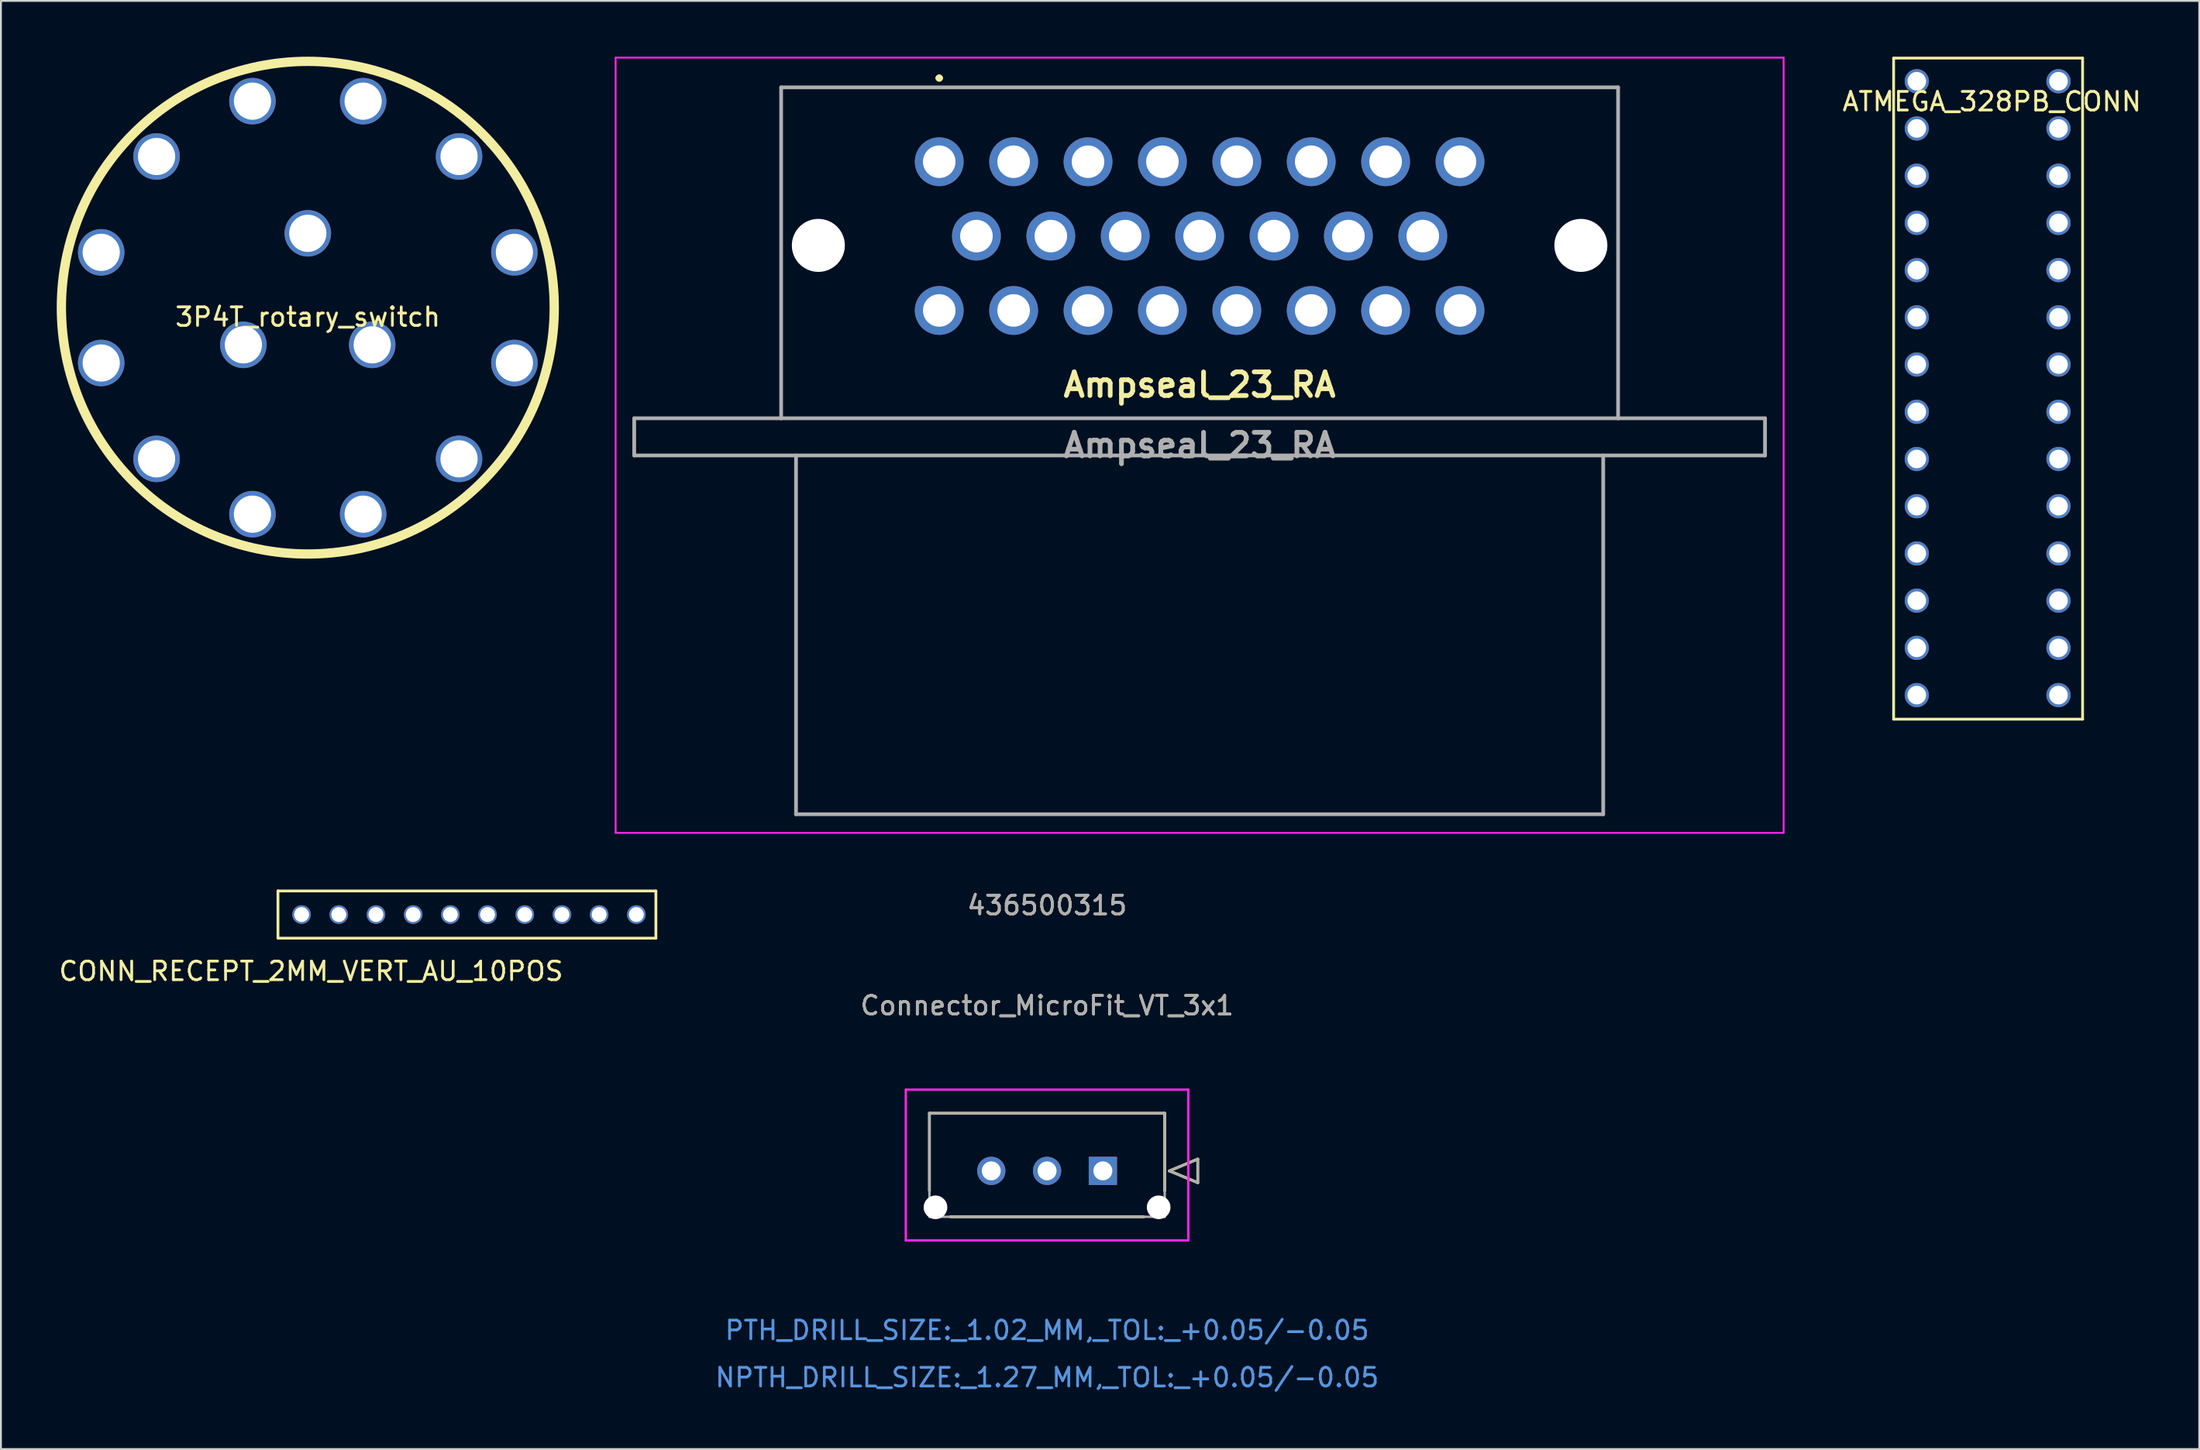
<source format=kicad_pcb>
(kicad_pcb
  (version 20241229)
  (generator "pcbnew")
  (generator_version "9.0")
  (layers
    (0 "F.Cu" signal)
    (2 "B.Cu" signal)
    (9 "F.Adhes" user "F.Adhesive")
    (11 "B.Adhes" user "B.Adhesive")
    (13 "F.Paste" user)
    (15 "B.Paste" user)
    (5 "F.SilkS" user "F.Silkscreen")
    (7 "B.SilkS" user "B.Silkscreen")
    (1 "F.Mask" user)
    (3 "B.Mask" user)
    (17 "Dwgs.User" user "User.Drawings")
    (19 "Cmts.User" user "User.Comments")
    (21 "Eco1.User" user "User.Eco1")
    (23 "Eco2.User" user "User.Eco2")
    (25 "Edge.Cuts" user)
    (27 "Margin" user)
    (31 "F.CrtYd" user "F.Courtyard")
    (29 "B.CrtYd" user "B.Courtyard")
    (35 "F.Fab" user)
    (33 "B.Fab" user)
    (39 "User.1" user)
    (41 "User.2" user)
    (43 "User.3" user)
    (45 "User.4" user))
  (footprint "ATMEGA_328PB_CONN"
    (layer "F.Cu")
    (at 100.01 1.32)
    (property "Reference" "ATMEGA_328PB_CONN" (at 4.039 1.092 0) (layer "F.SilkS") (effects (font (size 1 1) (thickness 0.15))))
    (attr through_hole)
    (fp_line (start -1.245 -1.245) (end -1.245 34.315) (stroke (width 0.15) (type solid)) (layer "F.SilkS"))
    (fp_line (start -1.245 -1.245) (end 8.915 -1.245) (stroke (width 0.15) (type solid)) (layer "F.SilkS"))
    (fp_line (start -1.245 34.315) (end 8.915 34.315) (stroke (width 0.15) (type solid)) (layer "F.SilkS"))
    (fp_line (start 8.915 -1.245) (end 8.915 34.315) (stroke (width 0.15) (type solid)) (layer "F.SilkS"))
    (pad "1" thru_hole circle (at 0 0) (size 1.3 1.3) (drill 1) (layers "*.Cu" "*.Mask"))
    (pad "2" thru_hole circle (at 0 2.54) (size 1.3 1.3) (drill 1) (layers "*.Cu" "*.Mask"))
    (pad "3" thru_hole circle (at 0 5.08) (size 1.3 1.3) (drill 1) (layers "*.Cu" "*.Mask"))
    (pad "4" thru_hole circle (at 0 7.62) (size 1.3 1.3) (drill 1) (layers "*.Cu" "*.Mask"))
    (pad "5" thru_hole circle (at 0 10.16) (size 1.3 1.3) (drill 1) (layers "*.Cu" "*.Mask"))
    (pad "6" thru_hole circle (at 0 12.7) (size 1.3 1.3) (drill 1) (layers "*.Cu" "*.Mask"))
    (pad "7" thru_hole circle (at 0 15.24) (size 1.3 1.3) (drill 1) (layers "*.Cu" "*.Mask"))
    (pad "8" thru_hole circle (at 0 17.78) (size 1.3 1.3) (drill 1) (layers "*.Cu" "*.Mask"))
    (pad "9" thru_hole circle (at 0 20.32) (size 1.3 1.3) (drill 1) (layers "*.Cu" "*.Mask"))
    (pad "10" thru_hole circle (at 0 22.86) (size 1.3 1.3) (drill 1) (layers "*.Cu" "*.Mask"))
    (pad "11" thru_hole circle (at 0 25.4) (size 1.3 1.3) (drill 1) (layers "*.Cu" "*.Mask"))
    (pad "12" thru_hole circle (at 0 27.94) (size 1.3 1.3) (drill 1) (layers "*.Cu" "*.Mask"))
    (pad "13" thru_hole circle (at 0 30.48) (size 1.3 1.3) (drill 1) (layers "*.Cu" "*.Mask"))
    (pad "14" thru_hole circle (at 0 33.02) (size 1.3 1.3) (drill 1) (layers "*.Cu" "*.Mask"))
    (pad "15" thru_hole circle (at 7.62 33.02) (size 1.3 1.3) (drill 1) (layers "*.Cu" "*.Mask"))
    (pad "16" thru_hole circle (at 7.62 30.48) (size 1.3 1.3) (drill 1) (layers "*.Cu" "*.Mask"))
    (pad "17" thru_hole circle (at 7.62 27.94) (size 1.3 1.3) (drill 1) (layers "*.Cu" "*.Mask"))
    (pad "18" thru_hole circle (at 7.62 25.4) (size 1.3 1.3) (drill 1) (layers "*.Cu" "*.Mask"))
    (pad "19" thru_hole circle (at 7.62 22.86) (size 1.3 1.3) (drill 1) (layers "*.Cu" "*.Mask"))
    (pad "20" thru_hole circle (at 7.62 20.32) (size 1.3 1.3) (drill 1) (layers "*.Cu" "*.Mask"))
    (pad "21" thru_hole circle (at 7.62 17.78) (size 1.3 1.3) (drill 1) (layers "*.Cu" "*.Mask"))
    (pad "22" thru_hole circle (at 7.62 15.24) (size 1.3 1.3) (drill 1) (layers "*.Cu" "*.Mask"))
    (pad "23" thru_hole circle (at 7.62 12.7) (size 1.3 1.3) (drill 1) (layers "*.Cu" "*.Mask"))
    (pad "24" thru_hole circle (at 7.62 10.16) (size 1.3 1.3) (drill 1) (layers "*.Cu" "*.Mask"))
    (pad "25" thru_hole circle (at 7.62 7.62) (size 1.3 1.3) (drill 1) (layers "*.Cu" "*.Mask"))
    (pad "26" thru_hole circle (at 7.62 5.08) (size 1.3 1.3) (drill 1) (layers "*.Cu" "*.Mask"))
    (pad "27" thru_hole circle (at 7.62 2.54) (size 1.3 1.3) (drill 1) (layers "*.Cu" "*.Mask"))
    (pad "28" thru_hole circle (at 7.62 0) (size 1.3 1.3) (drill 1) (layers "*.Cu" "*.Mask")))
  (footprint "Connector_MicroFit_VT_3x1"
    (layer "F.Cu")
    (at 56.248 59.933)
    (property "Reference" "Connector_MicroFit_VT_3x1" (at -3 -8.89 0) (unlocked yes) (layer "F.SilkS") (effects (font (size 1 1) (thickness 0.15))))
    (attr through_hole)
    (fp_line (start -9.325 -3.1) (end -9.325 1.065) (stroke (width 0.152) (type solid)) (layer "F.SilkS"))
    (fp_line (start -8.196 2.47) (end 2.196 2.47) (stroke (width 0.152) (type solid)) (layer "F.SilkS"))
    (fp_line (start 3.325 -3.1) (end -9.325 -3.1) (stroke (width 0.152) (type solid)) (layer "F.SilkS"))
    (fp_line (start 3.325 1.065) (end 3.325 -3.1) (stroke (width 0.152) (type solid)) (layer "F.SilkS"))
    (fp_line (start 3.579 0) (end 5.103 -0.635) (stroke (width 0.152) (type solid)) (layer "F.SilkS"))
    (fp_line (start 5.103 -0.635) (end 5.103 0.635) (stroke (width 0.152) (type solid)) (layer "F.SilkS"))
    (fp_line (start 5.103 0.635) (end 3.579 0) (stroke (width 0.152) (type solid)) (layer "F.SilkS"))
    (fp_line (start -10.595 -4.37) (end -10.595 3.74) (stroke (width 0.127) (type solid)) (layer "F.CrtYd"))
    (fp_line (start -10.595 3.74) (end 4.595 3.74) (stroke (width 0.127) (type solid)) (layer "F.CrtYd"))
    (fp_line (start 4.595 -4.37) (end -10.595 -4.37) (stroke (width 0.127) (type solid)) (layer "F.CrtYd"))
    (fp_line (start 4.595 3.74) (end 4.595 -4.37) (stroke (width 0.127) (type solid)) (layer "F.CrtYd"))
    (fp_line (start -9.325 -3.1) (end -9.325 2.47) (stroke (width 0.127) (type solid)) (layer "F.Fab"))
    (fp_line (start -9.325 2.47) (end 3.325 2.47) (stroke (width 0.127) (type solid)) (layer "F.Fab"))
    (fp_line (start 3.325 -3.1) (end -9.325 -3.1) (stroke (width 0.127) (type solid)) (layer "F.Fab"))
    (fp_line (start 3.325 2.47) (end 3.325 -3.1) (stroke (width 0.127) (type solid)) (layer "F.Fab"))
    (fp_line (start 3.579 0) (end 5.103 -0.635) (stroke (width 0.127) (type solid)) (layer "F.Fab"))
    (fp_line (start 5.103 -0.635) (end 5.103 0.635) (stroke (width 0.127) (type solid)) (layer "F.Fab"))
    (fp_line (start 5.103 0.635) (end 3.579 0) (stroke (width 0.127) (type solid)) (layer "F.Fab"))
    (fp_text user "436500315" (at -3 -14.285 0) (unlocked yes) (layer "F.SilkS") (effects (font (size 1 1) (thickness 0.15))))
    (fp_text user "NPTH_DRILL_SIZE:_1.27_MM,_TOL:_+0.05/-0.05" (at -3 11.115 0) (unlocked yes) (layer "Cmts.User") (effects (font (size 1 1) (thickness 0.15))))
    (fp_text user "PTH_DRILL_SIZE:_1.02_MM,_TOL:_+0.05/-0.05" (at -3 8.575 0) (unlocked yes) (layer "Cmts.User") (effects (font (size 1 1) (thickness 0.15))))
    (fp_text user "436500315" (at -3 -14.285 0) (unlocked yes) (layer "F.Fab") (effects (font (size 1 1) (thickness 0.15))))
    (fp_text user "${REFERENCE}" (at -3 -8.89 0) (unlocked yes) (layer "F.Fab") (effects (font (size 1 1) (thickness 0.15))))
    (pad "" np_thru_hole circle (at -9 1.96) (size 1.27 1.27) (drill 1.27) (layers "*.Cu" "*.Mask"))
    (pad "" np_thru_hole circle (at 3 1.96) (size 1.27 1.27) (drill 1.27) (layers "*.Cu" "*.Mask"))
    (pad "1" thru_hole rect (at 0 0) (size 1.52 1.52) (drill 1.02) (layers "*.Cu" "*.Mask"))
    (pad "2" thru_hole circle (at -3 0) (size 1.52 1.52) (drill 1.02) (layers "*.Cu" "*.Mask"))
    (pad "3" thru_hole circle (at -6 0) (size 1.52 1.52) (drill 1.02) (layers "*.Cu" "*.Mask")))
  (footprint "CONN_RECEPT_2MM_VERT_AU_10POS"
    (layer "F.Cu")
    (at 13.165 46.145)
    (property "Reference" "CONN_RECEPT_2MM_VERT_AU_10POS" (at 0.508 3.048 0) (layer "F.SilkS") (effects (font (size 1 1) (thickness 0.15))))
    (attr through_hole)
    (fp_line (start -1.27 -1.27) (end 19.05 -1.27) (stroke (width 0.15) (type solid)) (layer "F.SilkS"))
    (fp_line (start -1.27 1.27) (end -1.27 -1.27) (stroke (width 0.15) (type solid)) (layer "F.SilkS"))
    (fp_line (start 19.05 -1.27) (end 19.05 1.27) (stroke (width 0.15) (type solid)) (layer "F.SilkS"))
    (fp_line (start 19.05 1.27) (end -1.27 1.27) (stroke (width 0.15) (type solid)) (layer "F.SilkS"))
    (pad "1" thru_hole circle (at 0 0) (size 1 1) (drill 0.8) (layers "*.Cu" "*.Mask"))
    (pad "2" thru_hole circle (at 2 0) (size 1 1) (drill 0.8) (layers "*.Cu" "*.Mask"))
    (pad "3" thru_hole circle (at 4 0) (size 1 1) (drill 0.8) (layers "*.Cu" "*.Mask"))
    (pad "4" thru_hole circle (at 6 0) (size 1 1) (drill 0.8) (layers "*.Cu" "*.Mask"))
    (pad "5" thru_hole circle (at 8 0) (size 1 1) (drill 0.8) (layers "*.Cu" "*.Mask"))
    (pad "6" thru_hole circle (at 10 0) (size 1 1) (drill 0.8) (layers "*.Cu" "*.Mask"))
    (pad "7" thru_hole circle (at 12 0) (size 1 1) (drill 0.8) (layers "*.Cu" "*.Mask"))
    (pad "8" thru_hole circle (at 14 0) (size 1 1) (drill 0.8) (layers "*.Cu" "*.Mask"))
    (pad "9" thru_hole circle (at 16 0) (size 1 1) (drill 0.8) (layers "*.Cu" "*.Mask"))
    (pad "10" thru_hole circle (at 18 0) (size 1 1) (drill 0.8) (layers "*.Cu" "*.Mask")))
  (footprint "Ampseal_23_RA"
    (layer "F.Cu")
    (at 47.45 5.65)
    (property "Reference" "Ampseal_23_RA" (at 14 12 0) (layer "F.SilkS") (effects (font (size 1.27 1.27) (thickness 0.254))))
    (attr through_hole)
    (fp_line (start -8.5 -4) (end -8.5 0.5) (stroke (width 0.1) (type solid)) (layer "F.SilkS"))
    (fp_line (start -8.5 8.5) (end -8.5 13.8) (stroke (width 0.1) (type solid)) (layer "F.SilkS"))
    (fp_line (start -8.5 13.8) (end 36.5 13.8) (stroke (width 0.1) (type solid)) (layer "F.SilkS"))
    (fp_line (start -0.1 -4.5) (end -0.1 -4.5) (stroke (width 0.2) (type solid)) (layer "F.SilkS"))
    (fp_line (start 0.1 -4.5) (end 0.1 -4.5) (stroke (width 0.2) (type solid)) (layer "F.SilkS"))
    (fp_line (start 36.5 -4) (end -8.5 -4) (stroke (width 0.1) (type solid)) (layer "F.SilkS"))
    (fp_line (start 36.5 0.5) (end 36.5 -4) (stroke (width 0.1) (type solid)) (layer "F.SilkS"))
    (fp_line (start 36.5 13.8) (end 36.5 8.5) (stroke (width 0.1) (type solid)) (layer "F.SilkS"))
    (fp_arc (start -0.1 -4.5) (mid 0 -4.6) (end 0.1 -4.5) (stroke (width 0.2) (type solid)) (layer "F.SilkS"))
    (fp_arc (start 0.1 -4.5) (mid 0 -4.4) (end -0.1 -4.5) (stroke (width 0.2) (type solid)) (layer "F.SilkS"))
    (fp_line (start -17.4 -5.6) (end 45.4 -5.6) (stroke (width 0.1) (type solid)) (layer "F.CrtYd"))
    (fp_line (start -17.4 36.1) (end -17.4 -5.6) (stroke (width 0.1) (type solid)) (layer "F.CrtYd"))
    (fp_line (start 45.4 -5.6) (end 45.4 36.1) (stroke (width 0.1) (type solid)) (layer "F.CrtYd"))
    (fp_line (start 45.4 36.1) (end -17.4 36.1) (stroke (width 0.1) (type solid)) (layer "F.CrtYd"))
    (fp_line (start -16.4 13.8) (end -16.4 15.8) (stroke (width 0.2) (type solid)) (layer "F.Fab"))
    (fp_line (start -16.4 15.8) (end 44.4 15.8) (stroke (width 0.2) (type solid)) (layer "F.Fab"))
    (fp_line (start -8.5 -4) (end 36.5 -4) (stroke (width 0.2) (type solid)) (layer "F.Fab"))
    (fp_line (start -8.5 13.8) (end -16.4 13.8) (stroke (width 0.2) (type solid)) (layer "F.Fab"))
    (fp_line (start -8.5 13.8) (end -8.5 -4) (stroke (width 0.2) (type solid)) (layer "F.Fab"))
    (fp_line (start -7.7 15.8) (end -7.7 35.1) (stroke (width 0.2) (type solid)) (layer "F.Fab"))
    (fp_line (start -7.7 35.1) (end 35.7 35.1) (stroke (width 0.2) (type solid)) (layer "F.Fab"))
    (fp_line (start 35.7 35.1) (end 35.7 15.8) (stroke (width 0.2) (type solid)) (layer "F.Fab"))
    (fp_line (start 36.5 -4) (end 36.5 13.8) (stroke (width 0.2) (type solid)) (layer "F.Fab"))
    (fp_line (start 36.5 13.8) (end -8.5 13.8) (stroke (width 0.2) (type solid)) (layer "F.Fab"))
    (fp_line (start 44.4 13.8) (end 36.5 13.8) (stroke (width 0.2) (type solid)) (layer "F.Fab"))
    (fp_line (start 44.4 15.8) (end 44.4 13.8) (stroke (width 0.2) (type solid)) (layer "F.Fab"))
    (fp_text user "${REFERENCE}" (at 14 15.25 0) (layer "F.Fab") (effects (font (size 1.27 1.27) (thickness 0.254))))
    (pad "" np_thru_hole circle (at -6.5 4.5) (size 2.85 2.85) (drill 2.85) (layers "*.Cu" "*.Mask"))
    (pad "" np_thru_hole circle (at 34.5 4.5) (size 2.85 2.85) (drill 2.85) (layers "*.Cu" "*.Mask"))
    (pad "1" thru_hole circle (at 0 0) (size 2.625 2.625) (drill 1.75) (layers "*.Cu" "*.Mask"))
    (pad "2" thru_hole circle (at 4 0) (size 2.625 2.625) (drill 1.75) (layers "*.Cu" "*.Mask"))
    (pad "3" thru_hole circle (at 8 0) (size 2.625 2.625) (drill 1.75) (layers "*.Cu" "*.Mask"))
    (pad "4" thru_hole circle (at 12 0) (size 2.625 2.625) (drill 1.75) (layers "*.Cu" "*.Mask"))
    (pad "5" thru_hole circle (at 16 0) (size 2.625 2.625) (drill 1.75) (layers "*.Cu" "*.Mask"))
    (pad "6" thru_hole circle (at 20 0) (size 2.625 2.625) (drill 1.75) (layers "*.Cu" "*.Mask"))
    (pad "7" thru_hole circle (at 24 0) (size 2.625 2.625) (drill 1.75) (layers "*.Cu" "*.Mask"))
    (pad "8" thru_hole circle (at 28 0) (size 2.625 2.625) (drill 1.75) (layers "*.Cu" "*.Mask"))
    (pad "9" thru_hole circle (at 2 4) (size 2.625 2.625) (drill 1.75) (layers "*.Cu" "*.Mask"))
    (pad "10" thru_hole circle (at 6 4) (size 2.625 2.625) (drill 1.75) (layers "*.Cu" "*.Mask"))
    (pad "11" thru_hole circle (at 10 4) (size 2.625 2.625) (drill 1.75) (layers "*.Cu" "*.Mask"))
    (pad "12" thru_hole circle (at 14 4) (size 2.625 2.625) (drill 1.75) (layers "*.Cu" "*.Mask"))
    (pad "13" thru_hole circle (at 18 4) (size 2.625 2.625) (drill 1.75) (layers "*.Cu" "*.Mask"))
    (pad "14" thru_hole circle (at 22 4) (size 2.625 2.625) (drill 1.75) (layers "*.Cu" "*.Mask"))
    (pad "15" thru_hole circle (at 26 4) (size 2.625 2.625) (drill 1.75) (layers "*.Cu" "*.Mask"))
    (pad "16" thru_hole circle (at 0 8) (size 2.625 2.625) (drill 1.75) (layers "*.Cu" "*.Mask"))
    (pad "17" thru_hole circle (at 4 8) (size 2.625 2.625) (drill 1.75) (layers "*.Cu" "*.Mask"))
    (pad "18" thru_hole circle (at 8 8) (size 2.625 2.625) (drill 1.75) (layers "*.Cu" "*.Mask"))
    (pad "19" thru_hole circle (at 12 8) (size 2.625 2.625) (drill 1.75) (layers "*.Cu" "*.Mask"))
    (pad "20" thru_hole circle (at 16 8) (size 2.625 2.625) (drill 1.75) (layers "*.Cu" "*.Mask"))
    (pad "21" thru_hole circle (at 20 8) (size 2.625 2.625) (drill 1.75) (layers "*.Cu" "*.Mask"))
    (pad "22" thru_hole circle (at 24 8) (size 2.625 2.625) (drill 1.75) (layers "*.Cu" "*.Mask"))
    (pad "23" thru_hole circle (at 28 8) (size 2.625 2.625) (drill 1.75) (layers "*.Cu" "*.Mask")))
  (footprint "3P4T_rotary_switch"
    (layer "F.Cu")
    (at 13.5 13.5)
    (property "Reference" "3P4T_rotary_switch" (at 0 0.5 0) (layer "F.SilkS") (effects (font (size 1 1) (thickness 0.15))))
    (attr through_hole)
    (fp_circle (center 0 0) (end 13.25 0) (stroke (width 0.5) (type solid)) (fill no) (layer "F.SilkS"))
    (pad "1" thru_hole circle (at 8.132 -8.132) (size 2.5 2.5) (drill 2) (layers "*.Cu" "*.Mask"))
    (pad "2" thru_hole circle (at 2.976 -11.108) (size 2.5 2.5) (drill 2) (layers "*.Cu" "*.Mask"))
    (pad "3" thru_hole circle (at -2.976 -11.108) (size 2.5 2.5) (drill 2) (layers "*.Cu" "*.Mask"))
    (pad "4" thru_hole circle (at -8.132 -8.132) (size 2.5 2.5) (drill 2) (layers "*.Cu" "*.Mask"))
    (pad "5" thru_hole circle (at -11.108 -2.976) (size 2.5 2.5) (drill 2) (layers "*.Cu" "*.Mask"))
    (pad "6" thru_hole circle (at -11.108 2.976) (size 2.5 2.5) (drill 2) (layers "*.Cu" "*.Mask"))
    (pad "7" thru_hole circle (at -8.132 8.132) (size 2.5 2.5) (drill 2) (layers "*.Cu" "*.Mask"))
    (pad "8" thru_hole circle (at -2.976 11.108) (size 2.5 2.5) (drill 2) (layers "*.Cu" "*.Mask"))
    (pad "9" thru_hole circle (at 2.976 11.108) (size 2.5 2.5) (drill 2) (layers "*.Cu" "*.Mask"))
    (pad "10" thru_hole circle (at 8.132 8.132) (size 2.5 2.5) (drill 2) (layers "*.Cu" "*.Mask"))
    (pad "11" thru_hole circle (at 11.108 2.976) (size 2.5 2.5) (drill 2) (layers "*.Cu" "*.Mask"))
    (pad "12" thru_hole circle (at 11.108 -2.976) (size 2.5 2.5) (drill 2) (layers "*.Cu" "*.Mask"))
    (pad "A" thru_hole circle (at 0 -4) (size 2.5 2.5) (drill 2) (layers "*.Cu" "*.Mask"))
    (pad "B" thru_hole circle (at -3.464 2) (size 2.5 2.5) (drill 2) (layers "*.Cu" "*.Mask"))
    (pad "C" thru_hole circle (at 3.464 2) (size 2.5 2.5) (drill 2) (layers "*.Cu" "*.Mask")))
  (gr_rect
    (start -3 -3)
    (end 115.198 74.897)
    (stroke (width 0.1) (type default))
    (fill no)
    (layer "Edge.Cuts")))
</source>
